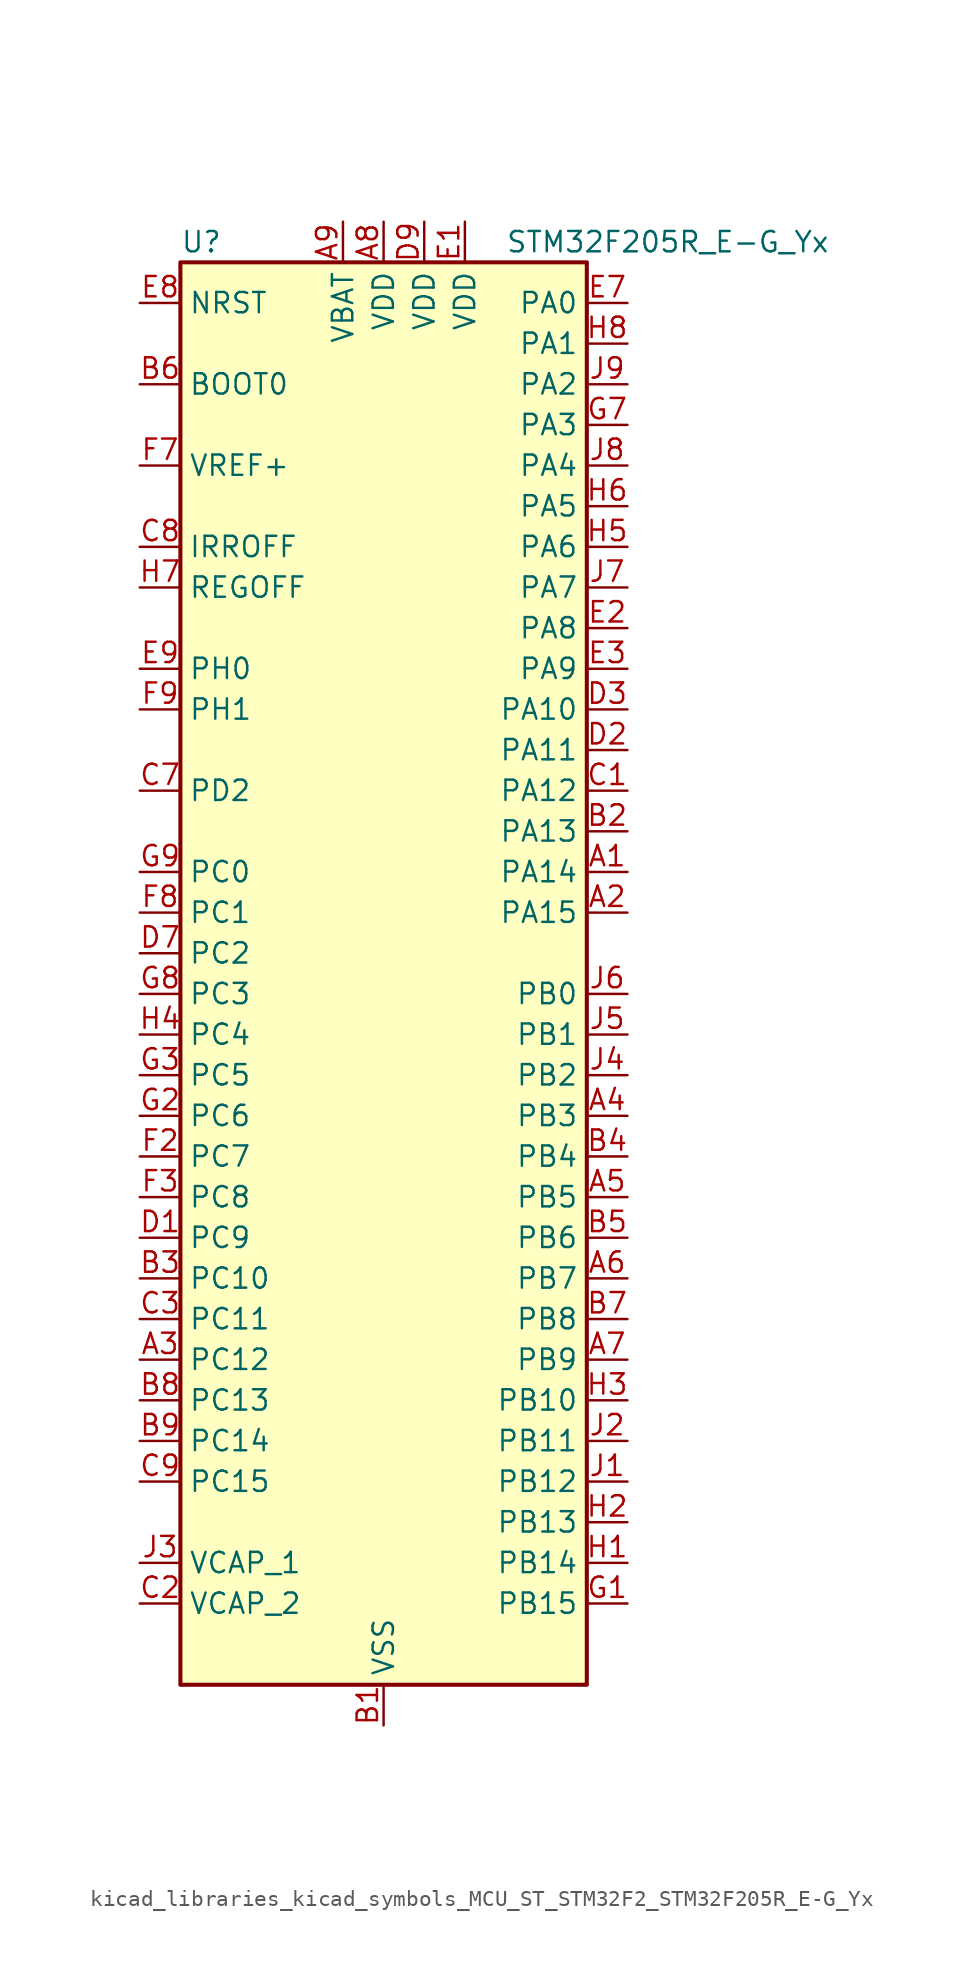
<source format=kicad_sym>
(kicad_symbol_lib
  (version 20220914)
  (generator kicad_symbol_editor)
  (symbol "kicad_libraries_kicad_symbols_MCU_ST_STM32F2_STM32F205R_E-G_Yx"
    (property "Reference" "U"
      (at -12.7 46.99 0)
      (effects (font (size 1.27 1.27)) (justify left)))
    (property "Value" "STM32F205R_E-G_Yx"
      (at 7.62 46.99 0)
      (effects (font (size 1.27 1.27)) (justify left)))
    (property "ki_locked" ""
      (at 0 0 0)
      (effects (font (size 1.27 1.27))))
    (symbol "kicad_libraries_kicad_symbols_MCU_ST_STM32F2_STM32F205R_E-G_Yx_0_1"
      (rectangle (start -12.7 -43.18) (end 12.7 45.72) (stroke (width 0.254) (type default)) (fill (type background))))
    (symbol "kicad_libraries_kicad_symbols_MCU_ST_STM32F2_STM32F205R_E-G_Yx_1_1"
      (pin bidirectional line (at 15.24 7.62 180) (length 2.54) (name "PA14" (effects (font (size 1.27 1.27)))) (number "A1" (effects (font (size 1.27 1.27)))) (alternate "SYS_JTCK-SWCLK" bidirectional line))
      (pin bidirectional line (at 15.24 5.08 180) (length 2.54) (name "PA15" (effects (font (size 1.27 1.27)))) (number "A2" (effects (font (size 1.27 1.27)))) (alternate "ADC1_EXTI15" bidirectional line) (alternate "ADC2_EXTI15" bidirectional line) (alternate "ADC3_EXTI15" bidirectional line) (alternate "I2S3_WS" bidirectional line) (alternate "SPI1_NSS" bidirectional line) (alternate "SPI3_NSS" bidirectional line) (alternate "SYS_JTDI" bidirectional line) (alternate "TIM2_CH1" bidirectional line) (alternate "TIM2_ETR" bidirectional line))
      (pin bidirectional line (at -15.24 -22.86 0) (length 2.54) (name "PC12" (effects (font (size 1.27 1.27)))) (number "A3" (effects (font (size 1.27 1.27)))) (alternate "I2S3_SD" bidirectional line) (alternate "SDIO_CK" bidirectional line) (alternate "SPI3_MOSI" bidirectional line) (alternate "UART5_TX" bidirectional line) (alternate "USART3_CK" bidirectional line))
      (pin bidirectional line (at 15.24 -7.62 180) (length 2.54) (name "PB3" (effects (font (size 1.27 1.27)))) (number "A4" (effects (font (size 1.27 1.27)))) (alternate "I2S3_SCK" bidirectional line) (alternate "SPI1_SCK" bidirectional line) (alternate "SPI3_SCK" bidirectional line) (alternate "SYS_JTDO-SWO" bidirectional line) (alternate "TIM2_CH2" bidirectional line))
      (pin bidirectional line (at 15.24 -12.7 180) (length 2.54) (name "PB5" (effects (font (size 1.27 1.27)))) (number "A5" (effects (font (size 1.27 1.27)))) (alternate "CAN2_RX" bidirectional line) (alternate "I2C1_SMBA" bidirectional line) (alternate "I2S3_SD" bidirectional line) (alternate "SPI1_MOSI" bidirectional line) (alternate "SPI3_MOSI" bidirectional line) (alternate "TIM3_CH2" bidirectional line) (alternate "USB_OTG_HS_ULPI_D7" bidirectional line))
      (pin bidirectional line (at 15.24 -17.78 180) (length 2.54) (name "PB7" (effects (font (size 1.27 1.27)))) (number "A6" (effects (font (size 1.27 1.27)))) (alternate "I2C1_SDA" bidirectional line) (alternate "TIM4_CH2" bidirectional line) (alternate "USART1_RX" bidirectional line))
      (pin bidirectional line (at 15.24 -22.86 180) (length 2.54) (name "PB9" (effects (font (size 1.27 1.27)))) (number "A7" (effects (font (size 1.27 1.27)))) (alternate "CAN1_TX" bidirectional line) (alternate "DAC_EXTI9" bidirectional line) (alternate "I2C1_SDA" bidirectional line) (alternate "I2S2_WS" bidirectional line) (alternate "SDIO_D5" bidirectional line) (alternate "SPI2_NSS" bidirectional line) (alternate "TIM11_CH1" bidirectional line) (alternate "TIM4_CH4" bidirectional line))
      (pin power_in line (at 0 48.26 270) (length 2.54) (name "VDD" (effects (font (size 1.27 1.27)))) (number "A8" (effects (font (size 1.27 1.27)))))
      (pin power_in line (at -2.54 48.26 270) (length 2.54) (name "VBAT" (effects (font (size 1.27 1.27)))) (number "A9" (effects (font (size 1.27 1.27)))))
      (pin power_in line (at 0 -45.72 90) (length 2.54) (name "VSS" (effects (font (size 1.27 1.27)))) (number "B1" (effects (font (size 1.27 1.27)))))
      (pin bidirectional line (at 15.24 10.16 180) (length 2.54) (name "PA13" (effects (font (size 1.27 1.27)))) (number "B2" (effects (font (size 1.27 1.27)))) (alternate "SYS_JTMS-SWDIO" bidirectional line))
      (pin bidirectional line (at -15.24 -17.78 0) (length 2.54) (name "PC10" (effects (font (size 1.27 1.27)))) (number "B3" (effects (font (size 1.27 1.27)))) (alternate "I2S3_SCK" bidirectional line) (alternate "SDIO_D2" bidirectional line) (alternate "SPI3_SCK" bidirectional line) (alternate "UART4_TX" bidirectional line) (alternate "USART3_TX" bidirectional line))
      (pin bidirectional line (at 15.24 -10.16 180) (length 2.54) (name "PB4" (effects (font (size 1.27 1.27)))) (number "B4" (effects (font (size 1.27 1.27)))) (alternate "SPI1_MISO" bidirectional line) (alternate "SPI3_MISO" bidirectional line) (alternate "SYS_JTRST" bidirectional line) (alternate "TIM3_CH1" bidirectional line))
      (pin bidirectional line (at 15.24 -15.24 180) (length 2.54) (name "PB6" (effects (font (size 1.27 1.27)))) (number "B5" (effects (font (size 1.27 1.27)))) (alternate "CAN2_TX" bidirectional line) (alternate "I2C1_SCL" bidirectional line) (alternate "TIM4_CH1" bidirectional line) (alternate "USART1_TX" bidirectional line))
      (pin input line (at -15.24 38.1 0) (length 2.54) (name "BOOT0" (effects (font (size 1.27 1.27)))) (number "B6" (effects (font (size 1.27 1.27)))))
      (pin bidirectional line (at 15.24 -20.32 180) (length 2.54) (name "PB8" (effects (font (size 1.27 1.27)))) (number "B7" (effects (font (size 1.27 1.27)))) (alternate "CAN1_RX" bidirectional line) (alternate "I2C1_SCL" bidirectional line) (alternate "SDIO_D4" bidirectional line) (alternate "TIM10_CH1" bidirectional line) (alternate "TIM4_CH3" bidirectional line))
      (pin bidirectional line (at -15.24 -25.4 0) (length 2.54) (name "PC13" (effects (font (size 1.27 1.27)))) (number "B8" (effects (font (size 1.27 1.27)))) (alternate "RTC_AF1" bidirectional line))
      (pin bidirectional line (at -15.24 -27.94 0) (length 2.54) (name "PC14" (effects (font (size 1.27 1.27)))) (number "B9" (effects (font (size 1.27 1.27)))) (alternate "RCC_OSC32_IN" bidirectional line))
      (pin bidirectional line (at 15.24 12.7 180) (length 2.54) (name "PA12" (effects (font (size 1.27 1.27)))) (number "C1" (effects (font (size 1.27 1.27)))) (alternate "CAN1_TX" bidirectional line) (alternate "TIM1_ETR" bidirectional line) (alternate "USART1_RTS" bidirectional line) (alternate "USB_OTG_FS_DP" bidirectional line))
      (pin power_out line (at -15.24 -38.1 0) (length 2.54) (name "VCAP_2" (effects (font (size 1.27 1.27)))) (number "C2" (effects (font (size 1.27 1.27)))))
      (pin bidirectional line (at -15.24 -20.32 0) (length 2.54) (name "PC11" (effects (font (size 1.27 1.27)))) (number "C3" (effects (font (size 1.27 1.27)))) (alternate "ADC1_EXTI11" bidirectional line) (alternate "ADC2_EXTI11" bidirectional line) (alternate "ADC3_EXTI11" bidirectional line) (alternate "SDIO_D3" bidirectional line) (alternate "SPI3_MISO" bidirectional line) (alternate "UART4_RX" bidirectional line) (alternate "USART3_RX" bidirectional line))
      (pin bidirectional line (at -15.24 12.7 0) (length 2.54) (name "PD2" (effects (font (size 1.27 1.27)))) (number "C7" (effects (font (size 1.27 1.27)))) (alternate "SDIO_CMD" bidirectional line) (alternate "TIM3_ETR" bidirectional line) (alternate "UART5_RX" bidirectional line))
      (pin input line (at -15.24 27.94 0) (length 2.54) (name "IRROFF" (effects (font (size 1.27 1.27)))) (number "C8" (effects (font (size 1.27 1.27)))))
      (pin bidirectional line (at -15.24 -30.48 0) (length 2.54) (name "PC15" (effects (font (size 1.27 1.27)))) (number "C9" (effects (font (size 1.27 1.27)))) (alternate "ADC1_EXTI15" bidirectional line) (alternate "ADC2_EXTI15" bidirectional line) (alternate "ADC3_EXTI15" bidirectional line) (alternate "RCC_OSC32_OUT" bidirectional line))
      (pin bidirectional line (at -15.24 -15.24 0) (length 2.54) (name "PC9" (effects (font (size 1.27 1.27)))) (number "D1" (effects (font (size 1.27 1.27)))) (alternate "DAC_EXTI9" bidirectional line) (alternate "I2C3_SDA" bidirectional line) (alternate "I2S_CKIN" bidirectional line) (alternate "RCC_MCO_2" bidirectional line) (alternate "SDIO_D1" bidirectional line) (alternate "TIM3_CH4" bidirectional line) (alternate "TIM8_CH4" bidirectional line))
      (pin bidirectional line (at 15.24 15.24 180) (length 2.54) (name "PA11" (effects (font (size 1.27 1.27)))) (number "D2" (effects (font (size 1.27 1.27)))) (alternate "ADC1_EXTI11" bidirectional line) (alternate "ADC2_EXTI11" bidirectional line) (alternate "ADC3_EXTI11" bidirectional line) (alternate "CAN1_RX" bidirectional line) (alternate "TIM1_CH4" bidirectional line) (alternate "USART1_CTS" bidirectional line) (alternate "USB_OTG_FS_DM" bidirectional line))
      (pin bidirectional line (at 15.24 17.78 180) (length 2.54) (name "PA10" (effects (font (size 1.27 1.27)))) (number "D3" (effects (font (size 1.27 1.27)))) (alternate "TIM1_CH3" bidirectional line) (alternate "USART1_RX" bidirectional line) (alternate "USB_OTG_FS_ID" bidirectional line))
      (pin bidirectional line (at -15.24 2.54 0) (length 2.54) (name "PC2" (effects (font (size 1.27 1.27)))) (number "D7" (effects (font (size 1.27 1.27)))) (alternate "ADC1_IN12" bidirectional line) (alternate "ADC2_IN12" bidirectional line) (alternate "ADC3_IN12" bidirectional line) (alternate "SPI2_MISO" bidirectional line) (alternate "USB_OTG_HS_ULPI_DIR" bidirectional line))
      (pin passive line (at 0 -45.72 90) (length 2.54) hide (name "VSS" (effects (font (size 1.27 1.27)))) (number "D8" (effects (font (size 1.27 1.27)))))
      (pin power_in line (at 2.54 48.26 270) (length 2.54) (name "VDD" (effects (font (size 1.27 1.27)))) (number "D9" (effects (font (size 1.27 1.27)))))
      (pin power_in line (at 5.08 48.26 270) (length 2.54) (name "VDD" (effects (font (size 1.27 1.27)))) (number "E1" (effects (font (size 1.27 1.27)))))
      (pin bidirectional line (at 15.24 22.86 180) (length 2.54) (name "PA8" (effects (font (size 1.27 1.27)))) (number "E2" (effects (font (size 1.27 1.27)))) (alternate "I2C3_SCL" bidirectional line) (alternate "RCC_MCO_1" bidirectional line) (alternate "TIM1_CH1" bidirectional line) (alternate "USART1_CK" bidirectional line) (alternate "USB_OTG_FS_SOF" bidirectional line))
      (pin bidirectional line (at 15.24 20.32 180) (length 2.54) (name "PA9" (effects (font (size 1.27 1.27)))) (number "E3" (effects (font (size 1.27 1.27)))) (alternate "DAC_EXTI9" bidirectional line) (alternate "I2C3_SMBA" bidirectional line) (alternate "TIM1_CH2" bidirectional line) (alternate "USART1_TX" bidirectional line) (alternate "USB_OTG_FS_VBUS" bidirectional line))
      (pin bidirectional line (at 15.24 43.18 180) (length 2.54) (name "PA0" (effects (font (size 1.27 1.27)))) (number "E7" (effects (font (size 1.27 1.27)))) (alternate "ADC1_IN0" bidirectional line) (alternate "ADC2_IN0" bidirectional line) (alternate "ADC3_IN0" bidirectional line) (alternate "SYS_WKUP" bidirectional line) (alternate "TIM2_CH1" bidirectional line) (alternate "TIM2_ETR" bidirectional line) (alternate "TIM5_CH1" bidirectional line) (alternate "TIM8_ETR" bidirectional line) (alternate "UART4_TX" bidirectional line) (alternate "USART2_CTS" bidirectional line))
      (pin input line (at -15.24 43.18 0) (length 2.54) (name "NRST" (effects (font (size 1.27 1.27)))) (number "E8" (effects (font (size 1.27 1.27)))))
      (pin bidirectional line (at -15.24 20.32 0) (length 2.54) (name "PH0" (effects (font (size 1.27 1.27)))) (number "E9" (effects (font (size 1.27 1.27)))) (alternate "RCC_OSC_IN" bidirectional line))
      (pin passive line (at 0 -45.72 90) (length 2.54) hide (name "VSS" (effects (font (size 1.27 1.27)))) (number "F1" (effects (font (size 1.27 1.27)))))
      (pin bidirectional line (at -15.24 -10.16 0) (length 2.54) (name "PC7" (effects (font (size 1.27 1.27)))) (number "F2" (effects (font (size 1.27 1.27)))) (alternate "I2S3_MCK" bidirectional line) (alternate "SDIO_D7" bidirectional line) (alternate "TIM3_CH2" bidirectional line) (alternate "TIM8_CH2" bidirectional line) (alternate "USART6_RX" bidirectional line))
      (pin bidirectional line (at -15.24 -12.7 0) (length 2.54) (name "PC8" (effects (font (size 1.27 1.27)))) (number "F3" (effects (font (size 1.27 1.27)))) (alternate "SDIO_D0" bidirectional line) (alternate "TIM3_CH3" bidirectional line) (alternate "TIM8_CH3" bidirectional line) (alternate "USART6_CK" bidirectional line))
      (pin input line (at -15.24 33.02 0) (length 2.54) (name "VREF+" (effects (font (size 1.27 1.27)))) (number "F7" (effects (font (size 1.27 1.27)))))
      (pin bidirectional line (at -15.24 5.08 0) (length 2.54) (name "PC1" (effects (font (size 1.27 1.27)))) (number "F8" (effects (font (size 1.27 1.27)))) (alternate "ADC1_IN11" bidirectional line) (alternate "ADC2_IN11" bidirectional line) (alternate "ADC3_IN11" bidirectional line))
      (pin bidirectional line (at -15.24 17.78 0) (length 2.54) (name "PH1" (effects (font (size 1.27 1.27)))) (number "F9" (effects (font (size 1.27 1.27)))) (alternate "RCC_OSC_OUT" bidirectional line))
      (pin bidirectional line (at 15.24 -38.1 180) (length 2.54) (name "PB15" (effects (font (size 1.27 1.27)))) (number "G1" (effects (font (size 1.27 1.27)))) (alternate "ADC1_EXTI15" bidirectional line) (alternate "ADC2_EXTI15" bidirectional line) (alternate "ADC3_EXTI15" bidirectional line) (alternate "I2S2_SD" bidirectional line) (alternate "RTC_REFIN" bidirectional line) (alternate "SPI2_MOSI" bidirectional line) (alternate "TIM12_CH2" bidirectional line) (alternate "TIM1_CH3N" bidirectional line) (alternate "TIM8_CH3N" bidirectional line) (alternate "USB_OTG_HS_DP" bidirectional line))
      (pin bidirectional line (at -15.24 -7.62 0) (length 2.54) (name "PC6" (effects (font (size 1.27 1.27)))) (number "G2" (effects (font (size 1.27 1.27)))) (alternate "I2S2_MCK" bidirectional line) (alternate "SDIO_D6" bidirectional line) (alternate "TIM3_CH1" bidirectional line) (alternate "TIM8_CH1" bidirectional line) (alternate "USART6_TX" bidirectional line))
      (pin bidirectional line (at -15.24 -5.08 0) (length 2.54) (name "PC5" (effects (font (size 1.27 1.27)))) (number "G3" (effects (font (size 1.27 1.27)))) (alternate "ADC1_IN15" bidirectional line) (alternate "ADC2_IN15" bidirectional line))
      (pin bidirectional line (at 15.24 35.56 180) (length 2.54) (name "PA3" (effects (font (size 1.27 1.27)))) (number "G7" (effects (font (size 1.27 1.27)))) (alternate "ADC1_IN3" bidirectional line) (alternate "ADC2_IN3" bidirectional line) (alternate "ADC3_IN3" bidirectional line) (alternate "TIM2_CH4" bidirectional line) (alternate "TIM5_CH4" bidirectional line) (alternate "TIM9_CH2" bidirectional line) (alternate "USART2_RX" bidirectional line) (alternate "USB_OTG_HS_ULPI_D0" bidirectional line))
      (pin bidirectional line (at -15.24 0 0) (length 2.54) (name "PC3" (effects (font (size 1.27 1.27)))) (number "G8" (effects (font (size 1.27 1.27)))) (alternate "ADC1_IN13" bidirectional line) (alternate "ADC2_IN13" bidirectional line) (alternate "ADC3_IN13" bidirectional line) (alternate "I2S2_SD" bidirectional line) (alternate "SPI2_MOSI" bidirectional line) (alternate "USB_OTG_HS_ULPI_NXT" bidirectional line))
      (pin bidirectional line (at -15.24 7.62 0) (length 2.54) (name "PC0" (effects (font (size 1.27 1.27)))) (number "G9" (effects (font (size 1.27 1.27)))) (alternate "ADC1_IN10" bidirectional line) (alternate "ADC2_IN10" bidirectional line) (alternate "ADC3_IN10" bidirectional line) (alternate "USB_OTG_HS_ULPI_STP" bidirectional line))
      (pin bidirectional line (at 15.24 -35.56 180) (length 2.54) (name "PB14" (effects (font (size 1.27 1.27)))) (number "H1" (effects (font (size 1.27 1.27)))) (alternate "SPI2_MISO" bidirectional line) (alternate "TIM12_CH1" bidirectional line) (alternate "TIM1_CH2N" bidirectional line) (alternate "TIM8_CH2N" bidirectional line) (alternate "USART3_RTS" bidirectional line) (alternate "USB_OTG_HS_DM" bidirectional line))
      (pin bidirectional line (at 15.24 -33.02 180) (length 2.54) (name "PB13" (effects (font (size 1.27 1.27)))) (number "H2" (effects (font (size 1.27 1.27)))) (alternate "CAN2_TX" bidirectional line) (alternate "I2S2_SCK" bidirectional line) (alternate "SPI2_SCK" bidirectional line) (alternate "TIM1_CH1N" bidirectional line) (alternate "USART3_CTS" bidirectional line) (alternate "USB_OTG_HS_ULPI_D6" bidirectional line) (alternate "USB_OTG_HS_VBUS" bidirectional line))
      (pin bidirectional line (at 15.24 -25.4 180) (length 2.54) (name "PB10" (effects (font (size 1.27 1.27)))) (number "H3" (effects (font (size 1.27 1.27)))) (alternate "I2C2_SCL" bidirectional line) (alternate "I2S2_SCK" bidirectional line) (alternate "SPI2_SCK" bidirectional line) (alternate "TIM2_CH3" bidirectional line) (alternate "USART3_TX" bidirectional line) (alternate "USB_OTG_HS_ULPI_D3" bidirectional line))
      (pin bidirectional line (at -15.24 -2.54 0) (length 2.54) (name "PC4" (effects (font (size 1.27 1.27)))) (number "H4" (effects (font (size 1.27 1.27)))) (alternate "ADC1_IN14" bidirectional line) (alternate "ADC2_IN14" bidirectional line))
      (pin bidirectional line (at 15.24 27.94 180) (length 2.54) (name "PA6" (effects (font (size 1.27 1.27)))) (number "H5" (effects (font (size 1.27 1.27)))) (alternate "ADC1_IN6" bidirectional line) (alternate "ADC2_IN6" bidirectional line) (alternate "SPI1_MISO" bidirectional line) (alternate "TIM13_CH1" bidirectional line) (alternate "TIM1_BKIN" bidirectional line) (alternate "TIM3_CH1" bidirectional line) (alternate "TIM8_BKIN" bidirectional line))
      (pin bidirectional line (at 15.24 30.48 180) (length 2.54) (name "PA5" (effects (font (size 1.27 1.27)))) (number "H6" (effects (font (size 1.27 1.27)))) (alternate "ADC1_IN5" bidirectional line) (alternate "ADC2_IN5" bidirectional line) (alternate "DAC_OUT2" bidirectional line) (alternate "SPI1_SCK" bidirectional line) (alternate "TIM2_CH1" bidirectional line) (alternate "TIM2_ETR" bidirectional line) (alternate "TIM8_CH1N" bidirectional line) (alternate "USB_OTG_HS_ULPI_CK" bidirectional line))
      (pin input line (at -15.24 25.4 0) (length 2.54) (name "REGOFF" (effects (font (size 1.27 1.27)))) (number "H7" (effects (font (size 1.27 1.27)))))
      (pin bidirectional line (at 15.24 40.64 180) (length 2.54) (name "PA1" (effects (font (size 1.27 1.27)))) (number "H8" (effects (font (size 1.27 1.27)))) (alternate "ADC1_IN1" bidirectional line) (alternate "ADC2_IN1" bidirectional line) (alternate "ADC3_IN1" bidirectional line) (alternate "TIM2_CH2" bidirectional line) (alternate "TIM5_CH2" bidirectional line) (alternate "UART4_RX" bidirectional line) (alternate "USART2_RTS" bidirectional line))
      (pin passive line (at 0 -45.72 90) (length 2.54) hide (name "VSS" (effects (font (size 1.27 1.27)))) (number "H9" (effects (font (size 1.27 1.27)))))
      (pin bidirectional line (at 15.24 -30.48 180) (length 2.54) (name "PB12" (effects (font (size 1.27 1.27)))) (number "J1" (effects (font (size 1.27 1.27)))) (alternate "CAN2_RX" bidirectional line) (alternate "I2C2_SMBA" bidirectional line) (alternate "I2S2_WS" bidirectional line) (alternate "SPI2_NSS" bidirectional line) (alternate "TIM1_BKIN" bidirectional line) (alternate "USART3_CK" bidirectional line) (alternate "USB_OTG_HS_ID" bidirectional line) (alternate "USB_OTG_HS_ULPI_D5" bidirectional line))
      (pin bidirectional line (at 15.24 -27.94 180) (length 2.54) (name "PB11" (effects (font (size 1.27 1.27)))) (number "J2" (effects (font (size 1.27 1.27)))) (alternate "ADC1_EXTI11" bidirectional line) (alternate "ADC2_EXTI11" bidirectional line) (alternate "ADC3_EXTI11" bidirectional line) (alternate "I2C2_SDA" bidirectional line) (alternate "TIM2_CH4" bidirectional line) (alternate "USART3_RX" bidirectional line) (alternate "USB_OTG_HS_ULPI_D4" bidirectional line))
      (pin power_out line (at -15.24 -35.56 0) (length 2.54) (name "VCAP_1" (effects (font (size 1.27 1.27)))) (number "J3" (effects (font (size 1.27 1.27)))))
      (pin bidirectional line (at 15.24 -5.08 180) (length 2.54) (name "PB2" (effects (font (size 1.27 1.27)))) (number "J4" (effects (font (size 1.27 1.27)))))
      (pin bidirectional line (at 15.24 -2.54 180) (length 2.54) (name "PB1" (effects (font (size 1.27 1.27)))) (number "J5" (effects (font (size 1.27 1.27)))) (alternate "ADC1_IN9" bidirectional line) (alternate "ADC2_IN9" bidirectional line) (alternate "TIM1_CH3N" bidirectional line) (alternate "TIM3_CH4" bidirectional line) (alternate "TIM8_CH3N" bidirectional line) (alternate "USB_OTG_HS_ULPI_D2" bidirectional line))
      (pin bidirectional line (at 15.24 0 180) (length 2.54) (name "PB0" (effects (font (size 1.27 1.27)))) (number "J6" (effects (font (size 1.27 1.27)))) (alternate "ADC1_IN8" bidirectional line) (alternate "ADC2_IN8" bidirectional line) (alternate "TIM1_CH2N" bidirectional line) (alternate "TIM3_CH3" bidirectional line) (alternate "TIM8_CH2N" bidirectional line) (alternate "USB_OTG_HS_ULPI_D1" bidirectional line))
      (pin bidirectional line (at 15.24 25.4 180) (length 2.54) (name "PA7" (effects (font (size 1.27 1.27)))) (number "J7" (effects (font (size 1.27 1.27)))) (alternate "ADC1_IN7" bidirectional line) (alternate "ADC2_IN7" bidirectional line) (alternate "SPI1_MOSI" bidirectional line) (alternate "TIM14_CH1" bidirectional line) (alternate "TIM1_CH1N" bidirectional line) (alternate "TIM3_CH2" bidirectional line) (alternate "TIM8_CH1N" bidirectional line))
      (pin bidirectional line (at 15.24 33.02 180) (length 2.54) (name "PA4" (effects (font (size 1.27 1.27)))) (number "J8" (effects (font (size 1.27 1.27)))) (alternate "ADC1_IN4" bidirectional line) (alternate "ADC2_IN4" bidirectional line) (alternate "DAC_OUT1" bidirectional line) (alternate "I2S3_WS" bidirectional line) (alternate "SPI1_NSS" bidirectional line) (alternate "SPI3_NSS" bidirectional line) (alternate "USART2_CK" bidirectional line) (alternate "USB_OTG_HS_SOF" bidirectional line))
      (pin bidirectional line (at 15.24 38.1 180) (length 2.54) (name "PA2" (effects (font (size 1.27 1.27)))) (number "J9" (effects (font (size 1.27 1.27)))) (alternate "ADC1_IN2" bidirectional line) (alternate "ADC2_IN2" bidirectional line) (alternate "ADC3_IN2" bidirectional line) (alternate "TIM2_CH3" bidirectional line) (alternate "TIM5_CH3" bidirectional line) (alternate "TIM9_CH1" bidirectional line) (alternate "USART2_TX" bidirectional line)))))
</source>
